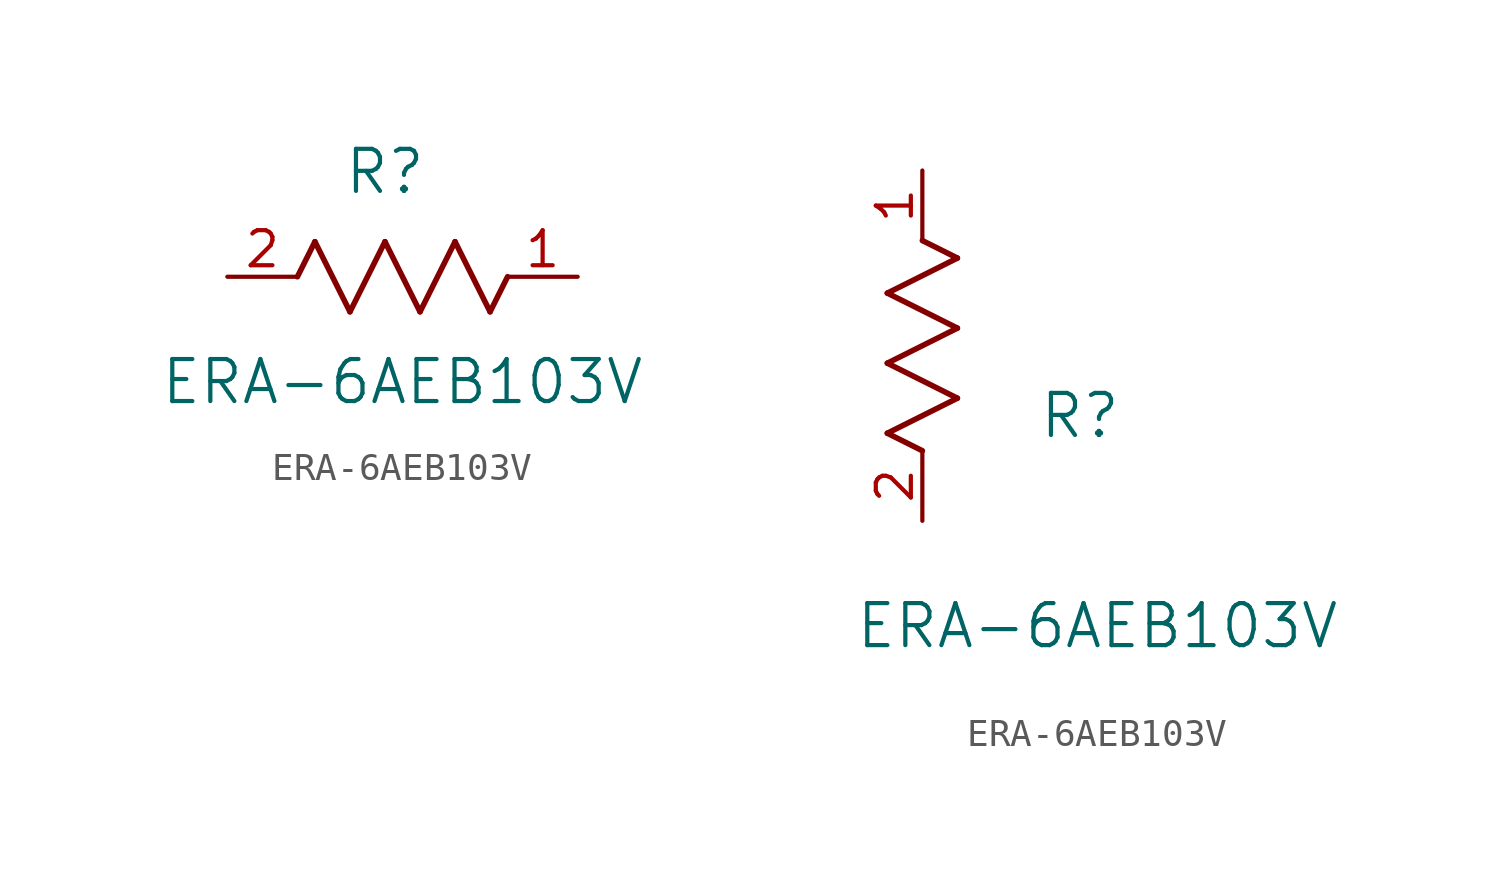
<source format=kicad_sym>
(kicad_symbol_lib
  (version 20211014)
  (generator kicad_symbol_editor)
  (symbol "ERA-6AEB103V"
    (pin_names
      (offset 0.254))
    (property "Reference" "R"
      (at 5.715 3.81 0)
      (effects (font (size 1.524 1.524))))
    (property "Value" "ERA-6AEB103V"
      (at 6.35 -3.81 0)
      (effects (font (size 1.524 1.524))))
    (symbol "ERA-6AEB103V_1_1"
      (polyline (pts (xy 3.175 1.27) (xy 4.445 -1.27)) (stroke (width 0.203) (type default) (color 0 0 0 0)) (fill (type none)))
      (polyline (pts (xy 4.445 -1.27) (xy 5.715 1.27)) (stroke (width 0.203) (type default) (color 0 0 0 0)) (fill (type none)))
      (polyline (pts (xy 5.715 1.27) (xy 6.985 -1.27)) (stroke (width 0.203) (type default) (color 0 0 0 0)) (fill (type none)))
      (polyline (pts (xy 6.985 -1.27) (xy 8.255 1.27)) (stroke (width 0.203) (type default) (color 0 0 0 0)) (fill (type none)))
      (polyline (pts (xy 8.255 1.27) (xy 9.525 -1.27)) (stroke (width 0.203) (type default) (color 0 0 0 0)) (fill (type none)))
      (polyline (pts (xy 2.54 0) (xy 3.175 1.27)) (stroke (width 0.203) (type default) (color 0 0 0 0)) (fill (type none)))
      (polyline (pts (xy 9.525 -1.27) (xy 10.16 0)) (stroke (width 0.203) (type default) (color 0 0 0 0)) (fill (type none)))
      (pin unspecified line (at 12.7 0 180) (length 2.54) (name "" (effects (font (size 1.27 1.27)))) (number "1" (effects (font (size 1.27 1.27)))))
      (pin unspecified line (at 0 0 0) (length 2.54) (name "" (effects (font (size 1.27 1.27)))) (number "2" (effects (font (size 1.27 1.27))))))
    (symbol "ERA-6AEB103V_1_2"
      (polyline (pts (xy 0 2.54) (xy -1.27 3.175)) (stroke (width 0.203) (type default) (color 0 0 0 0)) (fill (type none)))
      (polyline (pts (xy -1.27 3.175) (xy 1.27 4.445)) (stroke (width 0.203) (type default) (color 0 0 0 0)) (fill (type none)))
      (polyline (pts (xy 1.27 4.445) (xy -1.27 5.715)) (stroke (width 0.203) (type default) (color 0 0 0 0)) (fill (type none)))
      (polyline (pts (xy -1.27 5.715) (xy 1.27 6.985)) (stroke (width 0.203) (type default) (color 0 0 0 0)) (fill (type none)))
      (polyline (pts (xy -1.27 8.255) (xy 1.27 9.525)) (stroke (width 0.203) (type default) (color 0 0 0 0)) (fill (type none)))
      (polyline (pts (xy 1.27 9.525) (xy 0 10.16)) (stroke (width 0.203) (type default) (color 0 0 0 0)) (fill (type none)))
      (polyline (pts (xy 1.27 6.985) (xy -1.27 8.255)) (stroke (width 0.203) (type default) (color 0 0 0 0)) (fill (type none)))
      (pin unspecified line (at 0 12.7 270) (length 2.54) (name "" (effects (font (size 1.27 1.27)))) (number "1" (effects (font (size 1.27 1.27)))))
      (pin unspecified line (at 0 0 90) (length 2.54) (name "" (effects (font (size 1.27 1.27)))) (number "2" (effects (font (size 1.27 1.27))))))))
</source>
